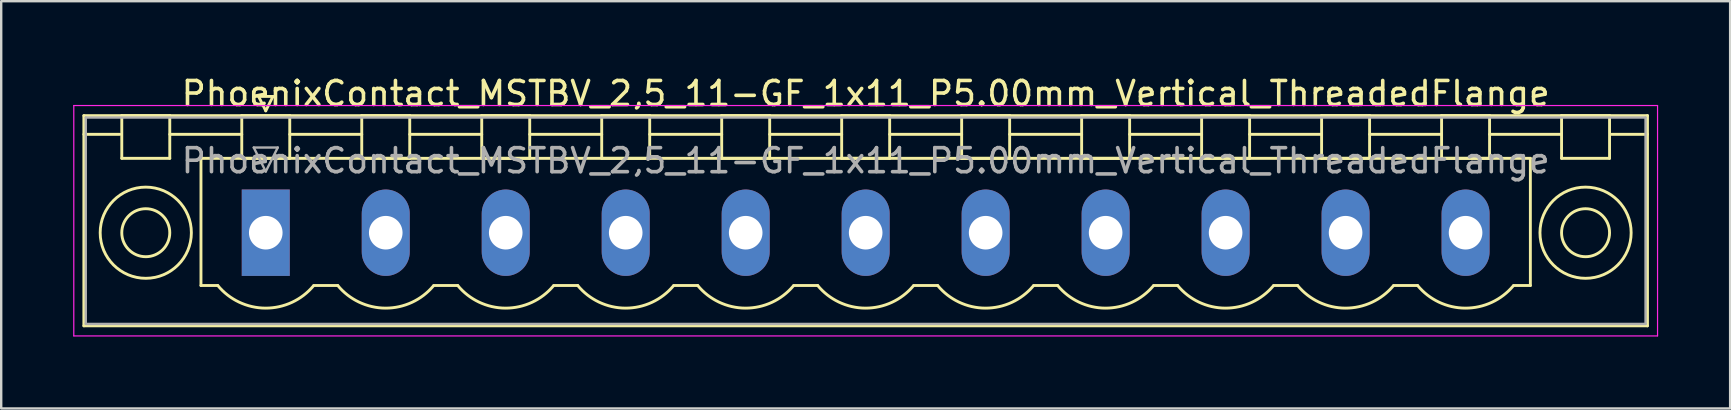
<source format=kicad_pcb>
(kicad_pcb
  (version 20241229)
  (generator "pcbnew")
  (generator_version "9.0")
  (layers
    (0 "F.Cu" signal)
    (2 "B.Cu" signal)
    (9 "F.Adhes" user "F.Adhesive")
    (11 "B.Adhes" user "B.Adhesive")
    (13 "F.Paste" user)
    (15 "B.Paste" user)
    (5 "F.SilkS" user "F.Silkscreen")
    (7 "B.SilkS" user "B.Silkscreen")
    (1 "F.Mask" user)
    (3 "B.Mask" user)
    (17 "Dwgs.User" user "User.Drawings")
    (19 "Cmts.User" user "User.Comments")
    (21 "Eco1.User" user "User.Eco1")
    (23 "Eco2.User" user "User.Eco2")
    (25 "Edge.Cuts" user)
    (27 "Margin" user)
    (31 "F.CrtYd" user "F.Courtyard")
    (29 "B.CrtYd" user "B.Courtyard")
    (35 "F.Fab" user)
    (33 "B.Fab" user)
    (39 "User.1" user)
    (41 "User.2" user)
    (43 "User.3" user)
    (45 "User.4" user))
  (footprint "PhoenixContact_MSTBV_2,5_11-GF_1x11_P5.00mm_Vertical_ThreadedFlange"
    (layer "F.Cu")
    (at 8.025 6.648)
    (property "Reference" "PhoenixContact_MSTBV_2,5_11-GF_1x11_P5.00mm_Vertical_ThreadedFlange" (at 25 -5.8 0) (layer "F.SilkS") (effects (font (size 1 1) (thickness 0.15))))
    (attr through_hole)
    (fp_line (start -7.58 -4.88) (end -7.58 3.88) (stroke (width 0.12) (type solid)) (layer "F.SilkS"))
    (fp_line (start -7.58 -4.1) (end -6.08 -4.1) (stroke (width 0.12) (type solid)) (layer "F.SilkS"))
    (fp_line (start -7.58 3.88) (end 57.58 3.88) (stroke (width 0.12) (type solid)) (layer "F.SilkS"))
    (fp_line (start -6 -4.88) (end -4 -4.88) (stroke (width 0.12) (type solid)) (layer "F.SilkS"))
    (fp_line (start -6 -3.1) (end -6 -4.88) (stroke (width 0.12) (type solid)) (layer "F.SilkS"))
    (fp_line (start -4 -4.88) (end -4 -3.1) (stroke (width 0.12) (type solid)) (layer "F.SilkS"))
    (fp_line (start -4 -4.1) (end -1 -4.1) (stroke (width 0.12) (type solid)) (layer "F.SilkS"))
    (fp_line (start -4 -3.1) (end -6 -3.1) (stroke (width 0.12) (type solid)) (layer "F.SilkS"))
    (fp_line (start -2.7 -3.1) (end 52.7 -3.1) (stroke (width 0.12) (type solid)) (layer "F.SilkS"))
    (fp_line (start -2.7 2.2) (end -2.7 -3.1) (stroke (width 0.12) (type solid)) (layer "F.SilkS"))
    (fp_line (start -2 2.2) (end -2.7 2.2) (stroke (width 0.12) (type solid)) (layer "F.SilkS"))
    (fp_line (start -1 -4.88) (end 1 -4.88) (stroke (width 0.12) (type solid)) (layer "F.SilkS"))
    (fp_line (start -1 -3.1) (end -1 -4.88) (stroke (width 0.12) (type solid)) (layer "F.SilkS"))
    (fp_line (start -0.3 -5.68) (end 0.3 -5.68) (stroke (width 0.12) (type solid)) (layer "F.SilkS"))
    (fp_line (start 0 -5.08) (end -0.3 -5.68) (stroke (width 0.12) (type solid)) (layer "F.SilkS"))
    (fp_line (start 0.3 -5.68) (end 0 -5.08) (stroke (width 0.12) (type solid)) (layer "F.SilkS"))
    (fp_line (start 1 -4.88) (end 1 -3.1) (stroke (width 0.12) (type solid)) (layer "F.SilkS"))
    (fp_line (start 1 -4.1) (end 4 -4.1) (stroke (width 0.12) (type solid)) (layer "F.SilkS"))
    (fp_line (start 1 -3.1) (end -1 -3.1) (stroke (width 0.12) (type solid)) (layer "F.SilkS"))
    (fp_line (start 2 2.2) (end 3 2.2) (stroke (width 0.12) (type solid)) (layer "F.SilkS"))
    (fp_line (start 4 -4.88) (end 6 -4.88) (stroke (width 0.12) (type solid)) (layer "F.SilkS"))
    (fp_line (start 4 -3.1) (end 4 -4.88) (stroke (width 0.12) (type solid)) (layer "F.SilkS"))
    (fp_line (start 6 -4.88) (end 6 -3.1) (stroke (width 0.12) (type solid)) (layer "F.SilkS"))
    (fp_line (start 6 -4.1) (end 9 -4.1) (stroke (width 0.12) (type solid)) (layer "F.SilkS"))
    (fp_line (start 6 -3.1) (end 4 -3.1) (stroke (width 0.12) (type solid)) (layer "F.SilkS"))
    (fp_line (start 7 2.2) (end 8 2.2) (stroke (width 0.12) (type solid)) (layer "F.SilkS"))
    (fp_line (start 9 -4.88) (end 11 -4.88) (stroke (width 0.12) (type solid)) (layer "F.SilkS"))
    (fp_line (start 9 -3.1) (end 9 -4.88) (stroke (width 0.12) (type solid)) (layer "F.SilkS"))
    (fp_line (start 11 -4.88) (end 11 -3.1) (stroke (width 0.12) (type solid)) (layer "F.SilkS"))
    (fp_line (start 11 -4.1) (end 14 -4.1) (stroke (width 0.12) (type solid)) (layer "F.SilkS"))
    (fp_line (start 11 -3.1) (end 9 -3.1) (stroke (width 0.12) (type solid)) (layer "F.SilkS"))
    (fp_line (start 12 2.2) (end 13 2.2) (stroke (width 0.12) (type solid)) (layer "F.SilkS"))
    (fp_line (start 14 -4.88) (end 16 -4.88) (stroke (width 0.12) (type solid)) (layer "F.SilkS"))
    (fp_line (start 14 -3.1) (end 14 -4.88) (stroke (width 0.12) (type solid)) (layer "F.SilkS"))
    (fp_line (start 16 -4.88) (end 16 -3.1) (stroke (width 0.12) (type solid)) (layer "F.SilkS"))
    (fp_line (start 16 -4.1) (end 19 -4.1) (stroke (width 0.12) (type solid)) (layer "F.SilkS"))
    (fp_line (start 16 -3.1) (end 14 -3.1) (stroke (width 0.12) (type solid)) (layer "F.SilkS"))
    (fp_line (start 17 2.2) (end 18 2.2) (stroke (width 0.12) (type solid)) (layer "F.SilkS"))
    (fp_line (start 19 -4.88) (end 21 -4.88) (stroke (width 0.12) (type solid)) (layer "F.SilkS"))
    (fp_line (start 19 -3.1) (end 19 -4.88) (stroke (width 0.12) (type solid)) (layer "F.SilkS"))
    (fp_line (start 21 -4.88) (end 21 -3.1) (stroke (width 0.12) (type solid)) (layer "F.SilkS"))
    (fp_line (start 21 -4.1) (end 24 -4.1) (stroke (width 0.12) (type solid)) (layer "F.SilkS"))
    (fp_line (start 21 -3.1) (end 19 -3.1) (stroke (width 0.12) (type solid)) (layer "F.SilkS"))
    (fp_line (start 22 2.2) (end 23 2.2) (stroke (width 0.12) (type solid)) (layer "F.SilkS"))
    (fp_line (start 24 -4.88) (end 26 -4.88) (stroke (width 0.12) (type solid)) (layer "F.SilkS"))
    (fp_line (start 24 -3.1) (end 24 -4.88) (stroke (width 0.12) (type solid)) (layer "F.SilkS"))
    (fp_line (start 26 -4.88) (end 26 -3.1) (stroke (width 0.12) (type solid)) (layer "F.SilkS"))
    (fp_line (start 26 -4.1) (end 29 -4.1) (stroke (width 0.12) (type solid)) (layer "F.SilkS"))
    (fp_line (start 26 -3.1) (end 24 -3.1) (stroke (width 0.12) (type solid)) (layer "F.SilkS"))
    (fp_line (start 27 2.2) (end 28 2.2) (stroke (width 0.12) (type solid)) (layer "F.SilkS"))
    (fp_line (start 29 -4.88) (end 31 -4.88) (stroke (width 0.12) (type solid)) (layer "F.SilkS"))
    (fp_line (start 29 -3.1) (end 29 -4.88) (stroke (width 0.12) (type solid)) (layer "F.SilkS"))
    (fp_line (start 31 -4.88) (end 31 -3.1) (stroke (width 0.12) (type solid)) (layer "F.SilkS"))
    (fp_line (start 31 -4.1) (end 34 -4.1) (stroke (width 0.12) (type solid)) (layer "F.SilkS"))
    (fp_line (start 31 -3.1) (end 29 -3.1) (stroke (width 0.12) (type solid)) (layer "F.SilkS"))
    (fp_line (start 32 2.2) (end 33 2.2) (stroke (width 0.12) (type solid)) (layer "F.SilkS"))
    (fp_line (start 34 -4.88) (end 36 -4.88) (stroke (width 0.12) (type solid)) (layer "F.SilkS"))
    (fp_line (start 34 -3.1) (end 34 -4.88) (stroke (width 0.12) (type solid)) (layer "F.SilkS"))
    (fp_line (start 36 -4.88) (end 36 -3.1) (stroke (width 0.12) (type solid)) (layer "F.SilkS"))
    (fp_line (start 36 -4.1) (end 39 -4.1) (stroke (width 0.12) (type solid)) (layer "F.SilkS"))
    (fp_line (start 36 -3.1) (end 34 -3.1) (stroke (width 0.12) (type solid)) (layer "F.SilkS"))
    (fp_line (start 37 2.2) (end 38 2.2) (stroke (width 0.12) (type solid)) (layer "F.SilkS"))
    (fp_line (start 39 -4.88) (end 41 -4.88) (stroke (width 0.12) (type solid)) (layer "F.SilkS"))
    (fp_line (start 39 -3.1) (end 39 -4.88) (stroke (width 0.12) (type solid)) (layer "F.SilkS"))
    (fp_line (start 41 -4.88) (end 41 -3.1) (stroke (width 0.12) (type solid)) (layer "F.SilkS"))
    (fp_line (start 41 -4.1) (end 44 -4.1) (stroke (width 0.12) (type solid)) (layer "F.SilkS"))
    (fp_line (start 41 -3.1) (end 39 -3.1) (stroke (width 0.12) (type solid)) (layer "F.SilkS"))
    (fp_line (start 42 2.2) (end 43 2.2) (stroke (width 0.12) (type solid)) (layer "F.SilkS"))
    (fp_line (start 44 -4.88) (end 46 -4.88) (stroke (width 0.12) (type solid)) (layer "F.SilkS"))
    (fp_line (start 44 -3.1) (end 44 -4.88) (stroke (width 0.12) (type solid)) (layer "F.SilkS"))
    (fp_line (start 46 -4.88) (end 46 -3.1) (stroke (width 0.12) (type solid)) (layer "F.SilkS"))
    (fp_line (start 46 -4.1) (end 49 -4.1) (stroke (width 0.12) (type solid)) (layer "F.SilkS"))
    (fp_line (start 46 -3.1) (end 44 -3.1) (stroke (width 0.12) (type solid)) (layer "F.SilkS"))
    (fp_line (start 47 2.2) (end 48 2.2) (stroke (width 0.12) (type solid)) (layer "F.SilkS"))
    (fp_line (start 49 -4.88) (end 51 -4.88) (stroke (width 0.12) (type solid)) (layer "F.SilkS"))
    (fp_line (start 49 -3.1) (end 49 -4.88) (stroke (width 0.12) (type solid)) (layer "F.SilkS"))
    (fp_line (start 51 -4.88) (end 51 -3.1) (stroke (width 0.12) (type solid)) (layer "F.SilkS"))
    (fp_line (start 51 -4.1) (end 54 -4.1) (stroke (width 0.12) (type solid)) (layer "F.SilkS"))
    (fp_line (start 51 -3.1) (end 49 -3.1) (stroke (width 0.12) (type solid)) (layer "F.SilkS"))
    (fp_line (start 52.7 -3.1) (end 52.7 2.2) (stroke (width 0.12) (type solid)) (layer "F.SilkS"))
    (fp_line (start 52.7 2.2) (end 52 2.2) (stroke (width 0.12) (type solid)) (layer "F.SilkS"))
    (fp_line (start 54 -4.88) (end 56 -4.88) (stroke (width 0.12) (type solid)) (layer "F.SilkS"))
    (fp_line (start 54 -3.1) (end 54 -4.88) (stroke (width 0.12) (type solid)) (layer "F.SilkS"))
    (fp_line (start 56 -4.88) (end 56 -3.1) (stroke (width 0.12) (type solid)) (layer "F.SilkS"))
    (fp_line (start 56 -3.1) (end 54 -3.1) (stroke (width 0.12) (type solid)) (layer "F.SilkS"))
    (fp_line (start 57.58 -4.88) (end -7.58 -4.88) (stroke (width 0.12) (type solid)) (layer "F.SilkS"))
    (fp_line (start 57.58 -4.1) (end 56.08 -4.1) (stroke (width 0.12) (type solid)) (layer "F.SilkS"))
    (fp_line (start 57.58 3.88) (end 57.58 -4.88) (stroke (width 0.12) (type solid)) (layer "F.SilkS"))
    (fp_arc (start 1.986842 2.215821) (mid -0.010289 3.142758) (end -2 2.2) (stroke (width 0.12) (type solid)) (layer "F.SilkS"))
    (fp_arc (start 6.986842 2.215821) (mid 4.989711 3.142758) (end 3 2.2) (stroke (width 0.12) (type solid)) (layer "F.SilkS"))
    (fp_arc (start 11.986842 2.215821) (mid 9.989711 3.142758) (end 8 2.2) (stroke (width 0.12) (type solid)) (layer "F.SilkS"))
    (fp_arc (start 16.986842 2.215821) (mid 14.989711 3.142758) (end 13 2.2) (stroke (width 0.12) (type solid)) (layer "F.SilkS"))
    (fp_arc (start 21.986842 2.215821) (mid 19.989711 3.142758) (end 18 2.2) (stroke (width 0.12) (type solid)) (layer "F.SilkS"))
    (fp_arc (start 26.986842 2.215821) (mid 24.989711 3.142758) (end 23 2.2) (stroke (width 0.12) (type solid)) (layer "F.SilkS"))
    (fp_arc (start 31.986842 2.215821) (mid 29.989711 3.142758) (end 28 2.2) (stroke (width 0.12) (type solid)) (layer "F.SilkS"))
    (fp_arc (start 36.986842 2.215821) (mid 34.989711 3.142758) (end 33 2.2) (stroke (width 0.12) (type solid)) (layer "F.SilkS"))
    (fp_arc (start 41.986842 2.215821) (mid 39.989711 3.142758) (end 38 2.2) (stroke (width 0.12) (type solid)) (layer "F.SilkS"))
    (fp_arc (start 46.986842 2.215821) (mid 44.989711 3.142758) (end 43 2.2) (stroke (width 0.12) (type solid)) (layer "F.SilkS"))
    (fp_arc (start 51.986842 2.215821) (mid 49.989711 3.142758) (end 48 2.2) (stroke (width 0.12) (type solid)) (layer "F.SilkS"))
    (fp_circle (center -5 0) (end -4 0) (stroke (width 0.12) (type solid)) (fill no) (layer "F.SilkS"))
    (fp_circle (center -5 0) (end -3.1 0) (stroke (width 0.12) (type solid)) (fill no) (layer "F.SilkS"))
    (fp_circle (center 55 0) (end 56 0) (stroke (width 0.12) (type solid)) (fill no) (layer "F.SilkS"))
    (fp_circle (center 55 0) (end 56.9 0) (stroke (width 0.12) (type solid)) (fill no) (layer "F.SilkS"))
    (fp_line (start -8 -5.3) (end -8 4.3) (stroke (width 0.05) (type solid)) (layer "F.CrtYd"))
    (fp_line (start -8 4.3) (end 58 4.3) (stroke (width 0.05) (type solid)) (layer "F.CrtYd"))
    (fp_line (start 58 -5.3) (end -8 -5.3) (stroke (width 0.05) (type solid)) (layer "F.CrtYd"))
    (fp_line (start 58 4.3) (end 58 -5.3) (stroke (width 0.05) (type solid)) (layer "F.CrtYd"))
    (fp_line (start -7.5 -4.8) (end -7.5 3.8) (stroke (width 0.1) (type solid)) (layer "F.Fab"))
    (fp_line (start -7.5 3.8) (end 57.5 3.8) (stroke (width 0.1) (type solid)) (layer "F.Fab"))
    (fp_line (start -0.5 -3.55) (end 0.5 -3.55) (stroke (width 0.1) (type solid)) (layer "F.Fab"))
    (fp_line (start 0 -2.55) (end -0.5 -3.55) (stroke (width 0.1) (type solid)) (layer "F.Fab"))
    (fp_line (start 0.5 -3.55) (end 0 -2.55) (stroke (width 0.1) (type solid)) (layer "F.Fab"))
    (fp_line (start 57.5 -4.8) (end -7.5 -4.8) (stroke (width 0.1) (type solid)) (layer "F.Fab"))
    (fp_line (start 57.5 3.8) (end 57.5 -4.8) (stroke (width 0.1) (type solid)) (layer "F.Fab"))
    (fp_text user "${REFERENCE}" (at 25 -3 0) (layer "F.Fab") (effects (font (size 1 1) (thickness 0.15))))
    (pad "1" thru_hole rect (at 0 0) (size 2 3.6) (drill 1.4) (layers "*.Cu" "*.Mask"))
    (pad "2" thru_hole oval (at 5 0) (size 2 3.6) (drill 1.4) (layers "*.Cu" "*.Mask"))
    (pad "3" thru_hole oval (at 10 0) (size 2 3.6) (drill 1.4) (layers "*.Cu" "*.Mask"))
    (pad "4" thru_hole oval (at 15 0) (size 2 3.6) (drill 1.4) (layers "*.Cu" "*.Mask"))
    (pad "5" thru_hole oval (at 20 0) (size 2 3.6) (drill 1.4) (layers "*.Cu" "*.Mask"))
    (pad "6" thru_hole oval (at 25 0) (size 2 3.6) (drill 1.4) (layers "*.Cu" "*.Mask"))
    (pad "7" thru_hole oval (at 30 0) (size 2 3.6) (drill 1.4) (layers "*.Cu" "*.Mask"))
    (pad "8" thru_hole oval (at 35 0) (size 2 3.6) (drill 1.4) (layers "*.Cu" "*.Mask"))
    (pad "9" thru_hole oval (at 40 0) (size 2 3.6) (drill 1.4) (layers "*.Cu" "*.Mask"))
    (pad "10" thru_hole oval (at 45 0) (size 2 3.6) (drill 1.4) (layers "*.Cu" "*.Mask"))
    (pad "11" thru_hole oval (at 50 0) (size 2 3.6) (drill 1.4) (layers "*.Cu" "*.Mask")))
  (gr_rect
    (start -3 -3)
    (end 69.05 13.973)
    (stroke (width 0.1) (type default))
    (fill no)
    (layer "Edge.Cuts")))
</source>
